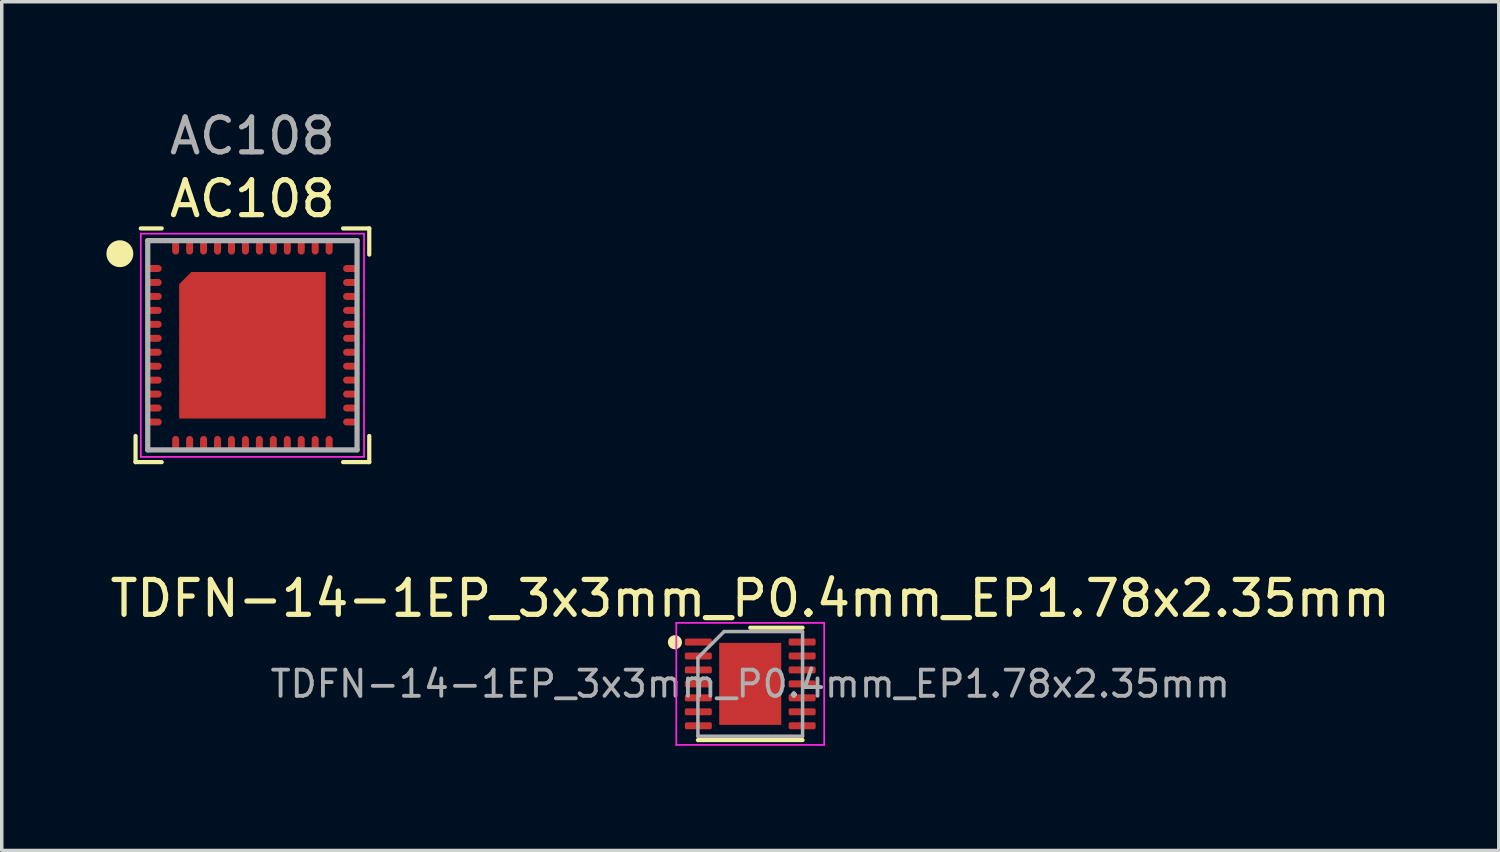
<source format=kicad_pcb>
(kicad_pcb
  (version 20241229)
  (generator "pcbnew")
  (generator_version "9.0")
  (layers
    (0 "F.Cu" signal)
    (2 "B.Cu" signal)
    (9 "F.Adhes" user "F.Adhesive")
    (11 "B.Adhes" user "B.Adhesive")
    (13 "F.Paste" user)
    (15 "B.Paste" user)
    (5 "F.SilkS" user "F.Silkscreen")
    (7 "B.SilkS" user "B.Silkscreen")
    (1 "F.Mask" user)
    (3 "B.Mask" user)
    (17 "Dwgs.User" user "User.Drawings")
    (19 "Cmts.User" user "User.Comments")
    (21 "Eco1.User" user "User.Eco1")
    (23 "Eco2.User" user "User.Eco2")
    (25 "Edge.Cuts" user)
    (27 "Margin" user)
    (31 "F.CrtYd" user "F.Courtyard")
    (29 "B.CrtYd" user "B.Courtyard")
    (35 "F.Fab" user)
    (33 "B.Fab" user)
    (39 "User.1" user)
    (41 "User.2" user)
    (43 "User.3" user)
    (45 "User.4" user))
  (footprint "AC108"
    (layer "F.Cu")
    (at 4.186 6.848)
    (property "Reference" "AC108" (at 0 -4.2 0) (layer "F.SilkS") (effects (font (size 1 1) (thickness 0.15))))
    (attr smd)
    (fp_line (start -3.35 3.35) (end -3.35 2.6) (stroke (width 0.12) (type default)) (layer "F.SilkS"))
    (fp_line (start -2.6 -3.35) (end -3.2 -3.35) (stroke (width 0.12) (type default)) (layer "F.SilkS"))
    (fp_line (start -2.6 3.35) (end -3.35 3.35) (stroke (width 0.12) (type default)) (layer "F.SilkS"))
    (fp_line (start 2.6 -3.35) (end 3.35 -3.35) (stroke (width 0.12) (type default)) (layer "F.SilkS"))
    (fp_line (start 2.6 3.35) (end 3.35 3.35) (stroke (width 0.12) (type default)) (layer "F.SilkS"))
    (fp_line (start 3.35 -3.35) (end 3.35 -2.6) (stroke (width 0.12) (type default)) (layer "F.SilkS"))
    (fp_line (start 3.35 3.35) (end 3.35 2.6) (stroke (width 0.12) (type default)) (layer "F.SilkS"))
    (fp_circle (center -3.8 -2.625) (end -3.464 -2.625) (stroke (width 0.1) (type solid)) (fill yes) (layer "F.SilkS"))
    (fp_line (start -3.2 -3.2) (end 3.2 -3.2) (stroke (width 0.05) (type default)) (layer "F.CrtYd"))
    (fp_line (start -3.2 3.2) (end -3.2 -3.2) (stroke (width 0.05) (type default)) (layer "F.CrtYd"))
    (fp_line (start 3.2 -3.2) (end 3.2 3.2) (stroke (width 0.05) (type default)) (layer "F.CrtYd"))
    (fp_line (start 3.2 3.2) (end -3.2 3.2) (stroke (width 0.05) (type default)) (layer "F.CrtYd"))
    (fp_line (start -3 -3) (end -3 3) (stroke (width 0.15) (type default)) (layer "F.Fab"))
    (fp_line (start -3 3) (end 3 3) (stroke (width 0.15) (type default)) (layer "F.Fab"))
    (fp_line (start 3 -3) (end -3 -3) (stroke (width 0.15) (type default)) (layer "F.Fab"))
    (fp_line (start 3 3) (end 3 -3) (stroke (width 0.15) (type default)) (layer "F.Fab"))
    (fp_text user "${REFERENCE}" (at 0 -6 0) (layer "F.Fab") (effects (font (size 1 1) (thickness 0.15))))
    (pad "" smd rect (at -1.575 -1.575) (size 0.35 0.35) (layers "F.Paste"))
    (pad "" smd rect (at -1.575 -0.525) (size 0.35 0.35) (layers "F.Paste"))
    (pad "" smd rect (at -1.575 0.525) (size 0.35 0.35) (layers "F.Paste"))
    (pad "" smd rect (at -1.575 1.575) (size 0.35 0.35) (layers "F.Paste"))
    (pad "" smd rect (at -0.525 -1.575) (size 0.35 0.35) (layers "F.Paste"))
    (pad "" smd rect (at -0.525 -0.525) (size 0.35 0.35) (layers "F.Paste"))
    (pad "" smd rect (at -0.525 0.525) (size 0.35 0.35) (layers "F.Paste"))
    (pad "" smd rect (at -0.525 1.575) (size 0.35 0.35) (layers "F.Paste"))
    (pad "" smd rect (at 0.525 -1.575) (size 0.35 0.35) (layers "F.Paste"))
    (pad "" smd rect (at 0.525 -0.525) (size 0.35 0.35) (layers "F.Paste"))
    (pad "" smd rect (at 0.525 0.525) (size 0.35 0.35) (layers "F.Paste"))
    (pad "" smd rect (at 0.525 1.575) (size 0.35 0.35) (layers "F.Paste"))
    (pad "" smd rect (at 1.575 -1.575) (size 0.35 0.35) (layers "F.Paste"))
    (pad "" smd rect (at 1.575 -0.525) (size 0.35 0.35) (layers "F.Paste"))
    (pad "" smd rect (at 1.575 0.525) (size 0.35 0.35) (layers "F.Paste"))
    (pad "" smd rect (at 1.575 1.575) (size 0.35 0.35) (layers "F.Paste"))
    (pad "1" smd oval (at -2.8 -2.2 90) (size 0.2 0.4) (layers "F.Cu" "F.Mask" "F.Paste"))
    (pad "2" smd oval (at -2.8 -1.8 90) (size 0.2 0.4) (layers "F.Cu" "F.Mask" "F.Paste"))
    (pad "3" smd oval (at -2.8 -1.4 90) (size 0.2 0.4) (layers "F.Cu" "F.Mask" "F.Paste"))
    (pad "4" smd oval (at -2.8 -1 90) (size 0.2 0.4) (layers "F.Cu" "F.Mask" "F.Paste"))
    (pad "5" smd oval (at -2.8 -0.6 90) (size 0.2 0.4) (layers "F.Cu" "F.Mask" "F.Paste"))
    (pad "6" smd oval (at -2.8 -0.2 90) (size 0.2 0.4) (layers "F.Cu" "F.Mask" "F.Paste"))
    (pad "7" smd oval (at -2.8 0.2 90) (size 0.2 0.4) (layers "F.Cu" "F.Mask" "F.Paste"))
    (pad "8" smd oval (at -2.8 0.6 90) (size 0.2 0.4) (layers "F.Cu" "F.Mask" "F.Paste"))
    (pad "9" smd oval (at -2.8 1 90) (size 0.2 0.4) (layers "F.Cu" "F.Mask" "F.Paste"))
    (pad "10" smd oval (at -2.8 1.4 90) (size 0.2 0.4) (layers "F.Cu" "F.Mask" "F.Paste"))
    (pad "11" smd oval (at -2.8 1.8 90) (size 0.2 0.4) (layers "F.Cu" "F.Mask" "F.Paste"))
    (pad "12" smd oval (at -2.8 2.2 90) (size 0.2 0.4) (layers "F.Cu" "F.Mask" "F.Paste"))
    (pad "13" smd oval (at -2.2 2.8) (size 0.2 0.4) (layers "F.Cu" "F.Mask" "F.Paste"))
    (pad "14" smd oval (at -1.8 2.8) (size 0.2 0.4) (layers "F.Cu" "F.Mask" "F.Paste"))
    (pad "15" smd oval (at -1.4 2.8) (size 0.2 0.4) (layers "F.Cu" "F.Mask" "F.Paste"))
    (pad "16" smd oval (at -1 2.8) (size 0.2 0.4) (layers "F.Cu" "F.Mask" "F.Paste"))
    (pad "17" smd oval (at -0.6 2.8) (size 0.2 0.4) (layers "F.Cu" "F.Mask" "F.Paste"))
    (pad "18" smd oval (at -0.2 2.8) (size 0.2 0.4) (layers "F.Cu" "F.Mask" "F.Paste"))
    (pad "19" smd oval (at 0.2 2.8) (size 0.2 0.4) (layers "F.Cu" "F.Mask" "F.Paste"))
    (pad "20" smd oval (at 0.6 2.8) (size 0.2 0.4) (layers "F.Cu" "F.Mask" "F.Paste"))
    (pad "21" smd oval (at 1 2.8) (size 0.2 0.4) (layers "F.Cu" "F.Mask" "F.Paste"))
    (pad "22" smd oval (at 1.4 2.8) (size 0.2 0.4) (layers "F.Cu" "F.Mask" "F.Paste"))
    (pad "23" smd oval (at 1.8 2.8) (size 0.2 0.4) (layers "F.Cu" "F.Mask" "F.Paste"))
    (pad "24" smd oval (at 2.2 2.8) (size 0.2 0.4) (layers "F.Cu" "F.Mask" "F.Paste"))
    (pad "25" smd oval (at 2.8 2.2 90) (size 0.2 0.4) (layers "F.Cu" "F.Mask" "F.Paste"))
    (pad "26" smd oval (at 2.8 1.8 90) (size 0.2 0.4) (layers "F.Cu" "F.Mask" "F.Paste"))
    (pad "27" smd oval (at 2.8 1.4 90) (size 0.2 0.4) (layers "F.Cu" "F.Mask" "F.Paste"))
    (pad "28" smd oval (at 2.8 1 90) (size 0.2 0.4) (layers "F.Cu" "F.Mask" "F.Paste"))
    (pad "29" smd oval (at 2.8 0.6 90) (size 0.2 0.4) (layers "F.Cu" "F.Mask" "F.Paste"))
    (pad "30" smd oval (at 2.8 0.2 90) (size 0.2 0.4) (layers "F.Cu" "F.Mask" "F.Paste"))
    (pad "31" smd oval (at 2.8 -0.2 90) (size 0.2 0.4) (layers "F.Cu" "F.Mask" "F.Paste"))
    (pad "32" smd oval (at 2.8 -0.6 90) (size 0.2 0.4) (layers "F.Cu" "F.Mask" "F.Paste"))
    (pad "33" smd oval (at 2.8 -1 90) (size 0.2 0.4) (layers "F.Cu" "F.Mask" "F.Paste"))
    (pad "34" smd oval (at 2.8 -1.4 90) (size 0.2 0.4) (layers "F.Cu" "F.Mask" "F.Paste"))
    (pad "35" smd oval (at 2.8 -1.8 90) (size 0.2 0.4) (layers "F.Cu" "F.Mask" "F.Paste"))
    (pad "36" smd oval (at 2.8 -2.2 90) (size 0.2 0.4) (layers "F.Cu" "F.Mask" "F.Paste"))
    (pad "37" smd oval (at 2.2 -2.8) (size 0.2 0.4) (layers "F.Cu" "F.Mask" "F.Paste"))
    (pad "38" smd oval (at 1.8 -2.8) (size 0.2 0.4) (layers "F.Cu" "F.Mask" "F.Paste"))
    (pad "39" smd oval (at 1.4 -2.8) (size 0.2 0.4) (layers "F.Cu" "F.Mask" "F.Paste"))
    (pad "40" smd oval (at 1 -2.8) (size 0.2 0.4) (layers "F.Cu" "F.Mask" "F.Paste"))
    (pad "41" smd oval (at 0.6 -2.8) (size 0.2 0.4) (layers "F.Cu" "F.Mask" "F.Paste"))
    (pad "42" smd oval (at 0.2 -2.8) (size 0.2 0.4) (layers "F.Cu" "F.Mask" "F.Paste"))
    (pad "43" smd oval (at -0.2 -2.8) (size 0.2 0.4) (layers "F.Cu" "F.Mask" "F.Paste"))
    (pad "44" smd oval (at -0.6 -2.8) (size 0.2 0.4) (layers "F.Cu" "F.Mask" "F.Paste"))
    (pad "45" smd oval (at -1 -2.8) (size 0.2 0.4) (layers "F.Cu" "F.Mask" "F.Paste"))
    (pad "46" smd oval (at -1.4 -2.8) (size 0.2 0.4) (layers "F.Cu" "F.Mask" "F.Paste"))
    (pad "47" smd oval (at -1.8 -2.8) (size 0.2 0.4) (layers "F.Cu" "F.Mask" "F.Paste"))
    (pad "48" smd oval (at -2.2 -2.8) (size 0.2 0.4) (layers "F.Cu" "F.Mask" "F.Paste"))
    (pad "49" smd roundrect (at 0 0) (size 4.2 4.2) (layers "F.Cu" "F.Mask") (roundrect_rratio 0) (chamfer_ratio 0.083) (chamfer top_left)))
  (footprint "TDFN-14-1EP_3x3mm_P0.4mm_EP1.78x2.35mm"
    (layer "F.Cu")
    (at 18.458 16.556)
    (property "Reference" "TDFN-14-1EP_3x3mm_P0.4mm_EP1.78x2.35mm" (at 0 -2.45 0) (layer "F.SilkS") (effects (font (size 1 1) (thickness 0.15))))
    (attr smd)
    (fp_line (start -1.5 1.61) (end 1.5 1.61) (stroke (width 0.12) (type solid)) (layer "F.SilkS"))
    (fp_line (start 0 -1.61) (end 1.5 -1.61) (stroke (width 0.12) (type solid)) (layer "F.SilkS"))
    (fp_circle (center -2.159 -1.194) (end -2.007 -1.194) (stroke (width 0.1) (type solid)) (fill yes) (layer "F.SilkS"))
    (fp_line (start -2.12 -1.75) (end -2.12 1.75) (stroke (width 0.05) (type solid)) (layer "F.CrtYd"))
    (fp_line (start -2.12 1.75) (end 2.12 1.75) (stroke (width 0.05) (type solid)) (layer "F.CrtYd"))
    (fp_line (start 2.12 -1.75) (end -2.12 -1.75) (stroke (width 0.05) (type solid)) (layer "F.CrtYd"))
    (fp_line (start 2.12 1.75) (end 2.12 -1.75) (stroke (width 0.05) (type solid)) (layer "F.CrtYd"))
    (fp_line (start -1.5 -0.75) (end -0.75 -1.5) (stroke (width 0.1) (type solid)) (layer "F.Fab"))
    (fp_line (start -1.5 1.5) (end -1.5 -0.75) (stroke (width 0.1) (type solid)) (layer "F.Fab"))
    (fp_line (start -0.75 -1.5) (end 1.5 -1.5) (stroke (width 0.1) (type solid)) (layer "F.Fab"))
    (fp_line (start 1.5 -1.5) (end 1.5 1.5) (stroke (width 0.1) (type solid)) (layer "F.Fab"))
    (fp_line (start 1.5 1.5) (end -1.5 1.5) (stroke (width 0.1) (type solid)) (layer "F.Fab"))
    (fp_text user "${REFERENCE}" (at 0 0 0) (layer "F.Fab") (effects (font (size 0.75 0.75) (thickness 0.11))))
    (pad "" smd roundrect (at -0.445 -0.59) (size 0.72 0.95) (layers "F.Paste") (roundrect_rratio 0.25))
    (pad "" smd roundrect (at -0.445 0.59) (size 0.72 0.95) (layers "F.Paste") (roundrect_rratio 0.25))
    (pad "" smd roundrect (at 0.445 -0.59) (size 0.72 0.95) (layers "F.Paste") (roundrect_rratio 0.25))
    (pad "" smd roundrect (at 0.445 0.59) (size 0.72 0.95) (layers "F.Paste") (roundrect_rratio 0.25))
    (pad "1" smd roundrect (at -1.488 -1.2) (size 0.775 0.2) (layers "F.Cu" "F.Mask" "F.Paste") (roundrect_rratio 0.25))
    (pad "2" smd roundrect (at -1.488 -0.8) (size 0.775 0.2) (layers "F.Cu" "F.Mask" "F.Paste") (roundrect_rratio 0.25))
    (pad "3" smd roundrect (at -1.488 -0.4) (size 0.775 0.2) (layers "F.Cu" "F.Mask" "F.Paste") (roundrect_rratio 0.25))
    (pad "4" smd roundrect (at -1.488 0) (size 0.775 0.2) (layers "F.Cu" "F.Mask" "F.Paste") (roundrect_rratio 0.25))
    (pad "5" smd roundrect (at -1.488 0.4) (size 0.775 0.2) (layers "F.Cu" "F.Mask" "F.Paste") (roundrect_rratio 0.25))
    (pad "6" smd roundrect (at -1.488 0.8) (size 0.775 0.2) (layers "F.Cu" "F.Mask" "F.Paste") (roundrect_rratio 0.25))
    (pad "7" smd roundrect (at -1.488 1.2) (size 0.775 0.2) (layers "F.Cu" "F.Mask" "F.Paste") (roundrect_rratio 0.25))
    (pad "8" smd roundrect (at 1.488 1.2) (size 0.775 0.2) (layers "F.Cu" "F.Mask" "F.Paste") (roundrect_rratio 0.25))
    (pad "9" smd roundrect (at 1.488 0.8) (size 0.775 0.2) (layers "F.Cu" "F.Mask" "F.Paste") (roundrect_rratio 0.25))
    (pad "10" smd roundrect (at 1.488 0.4) (size 0.775 0.2) (layers "F.Cu" "F.Mask" "F.Paste") (roundrect_rratio 0.25))
    (pad "11" smd roundrect (at 1.488 0) (size 0.775 0.2) (layers "F.Cu" "F.Mask" "F.Paste") (roundrect_rratio 0.25))
    (pad "12" smd roundrect (at 1.488 -0.4) (size 0.775 0.2) (layers "F.Cu" "F.Mask" "F.Paste") (roundrect_rratio 0.25))
    (pad "13" smd roundrect (at 1.488 -0.8) (size 0.775 0.2) (layers "F.Cu" "F.Mask" "F.Paste") (roundrect_rratio 0.25))
    (pad "14" smd roundrect (at 1.488 -1.2) (size 0.775 0.2) (layers "F.Cu" "F.Mask" "F.Paste") (roundrect_rratio 0.25))
    (pad "15" smd rect (at 0 0) (size 1.78 2.35) (layers "F.Cu" "F.Mask")))
  (gr_rect
    (start -3 -3)
    (end 39.917 21.331)
    (stroke (width 0.1) (type default))
    (fill no)
    (layer "Edge.Cuts")))
</source>
